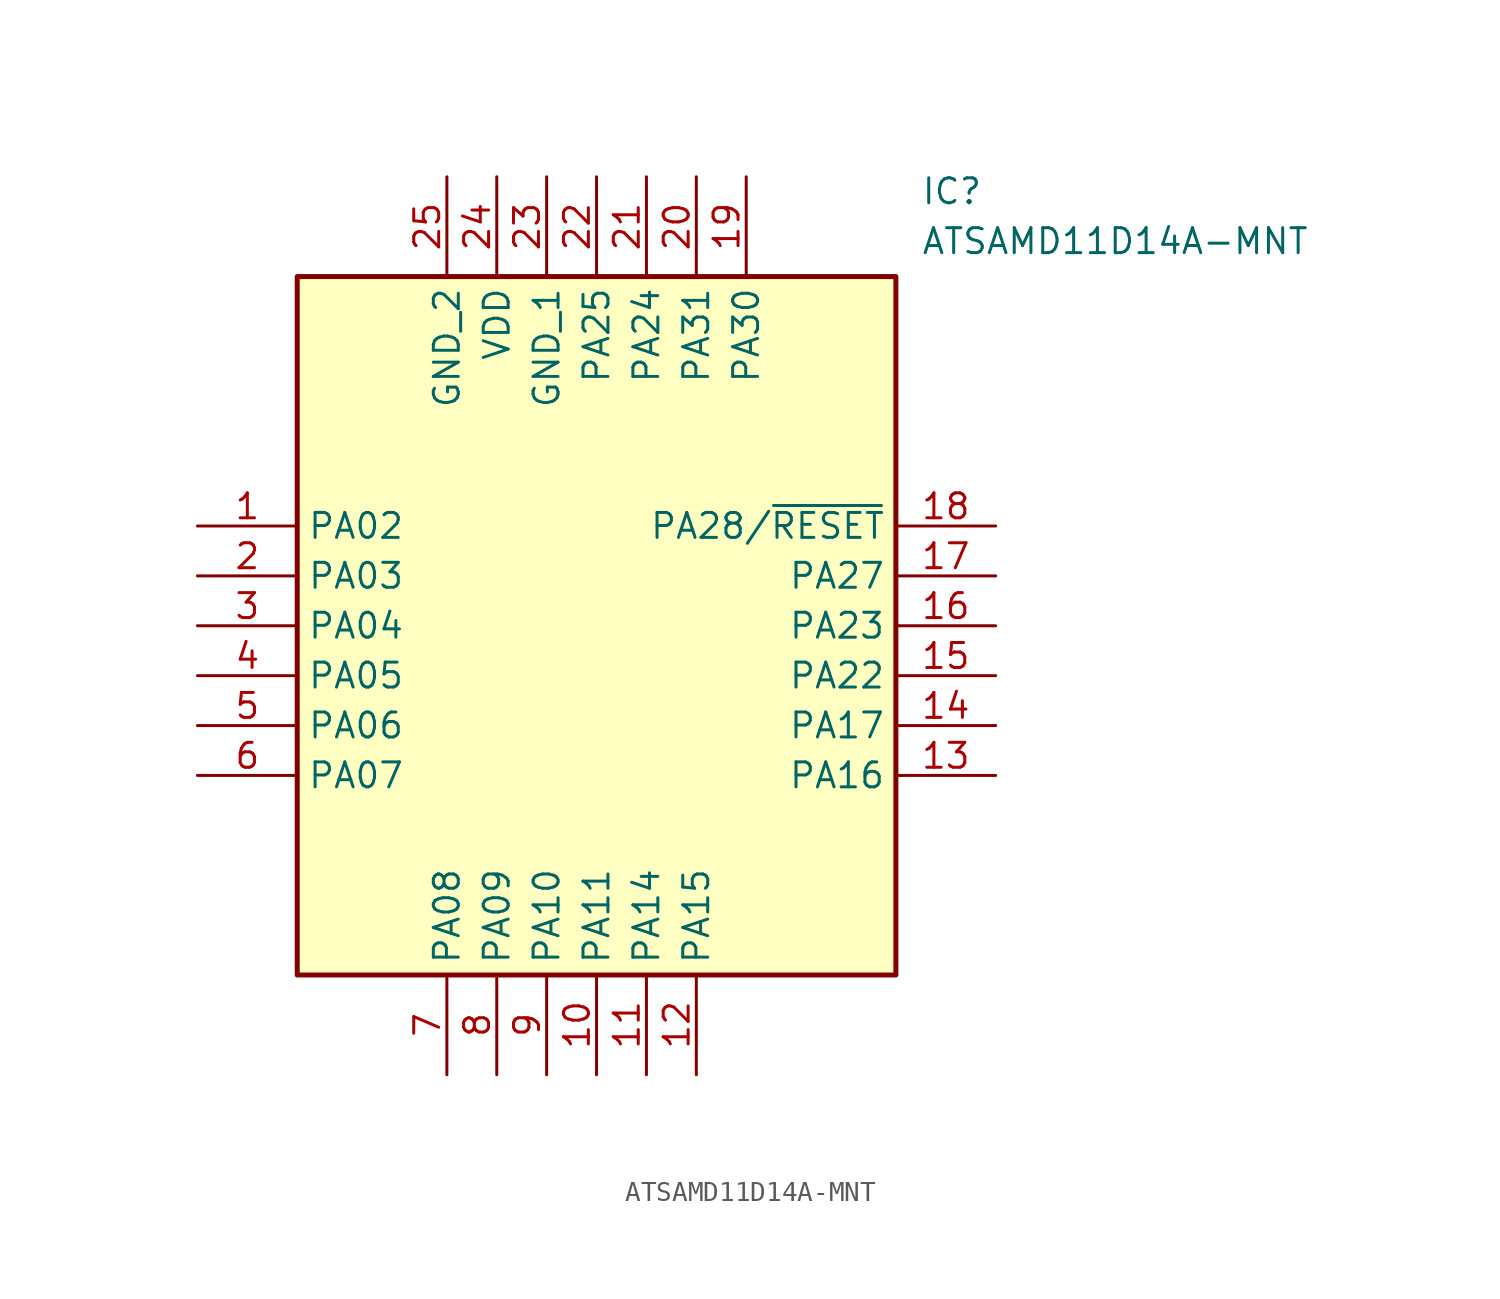
<source format=kicad_sym>
(kicad_symbol_lib
  (version 20211014)
  (generator SamacSys_ECAD_Model)
  (symbol "ATSAMD11D14A-MNT"
    (property "Reference" "IC"
      (at 36.83 17.78 0)
      (effects (font (size 1.27 1.27)) (justify left top)))
    (property "Value" "ATSAMD11D14A-MNT"
      (at 36.83 15.24 0)
      (effects (font (size 1.27 1.27)) (justify left top)))
    (rectangle
      (start 5.08 12.7)
      (end 35.56 -22.86)
      (stroke (width 0.254) (type default))
      (fill (type background)))
    (pin bidirectional line
      (at 0 0 0)
      (length 5.08)
      (name "PA02" (effects (font (size 1.27 1.27))))
      (number "1" (effects (font (size 1.27 1.27)))))
    (pin bidirectional line
      (at 0 -2.54 0)
      (length 5.08)
      (name "PA03" (effects (font (size 1.27 1.27))))
      (number "2" (effects (font (size 1.27 1.27)))))
    (pin bidirectional line
      (at 0 -5.08 0)
      (length 5.08)
      (name "PA04" (effects (font (size 1.27 1.27))))
      (number "3" (effects (font (size 1.27 1.27)))))
    (pin bidirectional line
      (at 0 -7.62 0)
      (length 5.08)
      (name "PA05" (effects (font (size 1.27 1.27))))
      (number "4" (effects (font (size 1.27 1.27)))))
    (pin bidirectional line
      (at 0 -10.16 0)
      (length 5.08)
      (name "PA06" (effects (font (size 1.27 1.27))))
      (number "5" (effects (font (size 1.27 1.27)))))
    (pin bidirectional line
      (at 0 -12.7 0)
      (length 5.08)
      (name "PA07" (effects (font (size 1.27 1.27))))
      (number "6" (effects (font (size 1.27 1.27)))))
    (pin bidirectional line
      (at 12.7 -27.94 90)
      (length 5.08)
      (name "PA08" (effects (font (size 1.27 1.27))))
      (number "7" (effects (font (size 1.27 1.27)))))
    (pin bidirectional line
      (at 15.24 -27.94 90)
      (length 5.08)
      (name "PA09" (effects (font (size 1.27 1.27))))
      (number "8" (effects (font (size 1.27 1.27)))))
    (pin bidirectional line
      (at 17.78 -27.94 90)
      (length 5.08)
      (name "PA10" (effects (font (size 1.27 1.27))))
      (number "9" (effects (font (size 1.27 1.27)))))
    (pin bidirectional line
      (at 20.32 -27.94 90)
      (length 5.08)
      (name "PA11" (effects (font (size 1.27 1.27))))
      (number "10" (effects (font (size 1.27 1.27)))))
    (pin bidirectional line
      (at 22.86 -27.94 90)
      (length 5.08)
      (name "PA14" (effects (font (size 1.27 1.27))))
      (number "11" (effects (font (size 1.27 1.27)))))
    (pin bidirectional line
      (at 25.4 -27.94 90)
      (length 5.08)
      (name "PA15" (effects (font (size 1.27 1.27))))
      (number "12" (effects (font (size 1.27 1.27)))))
    (pin bidirectional line
      (at 40.64 0 180)
      (length 5.08)
      (name "PA28/~{RESET}" (effects (font (size 1.27 1.27))))
      (number "18" (effects (font (size 1.27 1.27)))))
    (pin bidirectional line
      (at 40.64 -2.54 180)
      (length 5.08)
      (name "PA27" (effects (font (size 1.27 1.27))))
      (number "17" (effects (font (size 1.27 1.27)))))
    (pin bidirectional line
      (at 40.64 -5.08 180)
      (length 5.08)
      (name "PA23" (effects (font (size 1.27 1.27))))
      (number "16" (effects (font (size 1.27 1.27)))))
    (pin bidirectional line
      (at 40.64 -7.62 180)
      (length 5.08)
      (name "PA22" (effects (font (size 1.27 1.27))))
      (number "15" (effects (font (size 1.27 1.27)))))
    (pin bidirectional line
      (at 40.64 -10.16 180)
      (length 5.08)
      (name "PA17" (effects (font (size 1.27 1.27))))
      (number "14" (effects (font (size 1.27 1.27)))))
    (pin bidirectional line
      (at 40.64 -12.7 180)
      (length 5.08)
      (name "PA16" (effects (font (size 1.27 1.27))))
      (number "13" (effects (font (size 1.27 1.27)))))
    (pin power_in line
      (at 12.7 17.78 270)
      (length 5.08)
      (name "GND_2" (effects (font (size 1.27 1.27))))
      (number "25" (effects (font (size 1.27 1.27)))))
    (pin bidirectional line
      (at 15.24 17.78 270)
      (length 5.08)
      (name "VDD" (effects (font (size 1.27 1.27))))
      (number "24" (effects (font (size 1.27 1.27)))))
    (pin power_in line
      (at 17.78 17.78 270)
      (length 5.08)
      (name "GND_1" (effects (font (size 1.27 1.27))))
      (number "23" (effects (font (size 1.27 1.27)))))
    (pin bidirectional line
      (at 20.32 17.78 270)
      (length 5.08)
      (name "PA25" (effects (font (size 1.27 1.27))))
      (number "22" (effects (font (size 1.27 1.27)))))
    (pin bidirectional line
      (at 22.86 17.78 270)
      (length 5.08)
      (name "PA24" (effects (font (size 1.27 1.27))))
      (number "21" (effects (font (size 1.27 1.27)))))
    (pin bidirectional line
      (at 25.4 17.78 270)
      (length 5.08)
      (name "PA31" (effects (font (size 1.27 1.27))))
      (number "20" (effects (font (size 1.27 1.27)))))
    (pin bidirectional line
      (at 27.94 17.78 270)
      (length 5.08)
      (name "PA30" (effects (font (size 1.27 1.27))))
      (number "19" (effects (font (size 1.27 1.27)))))))
</source>
